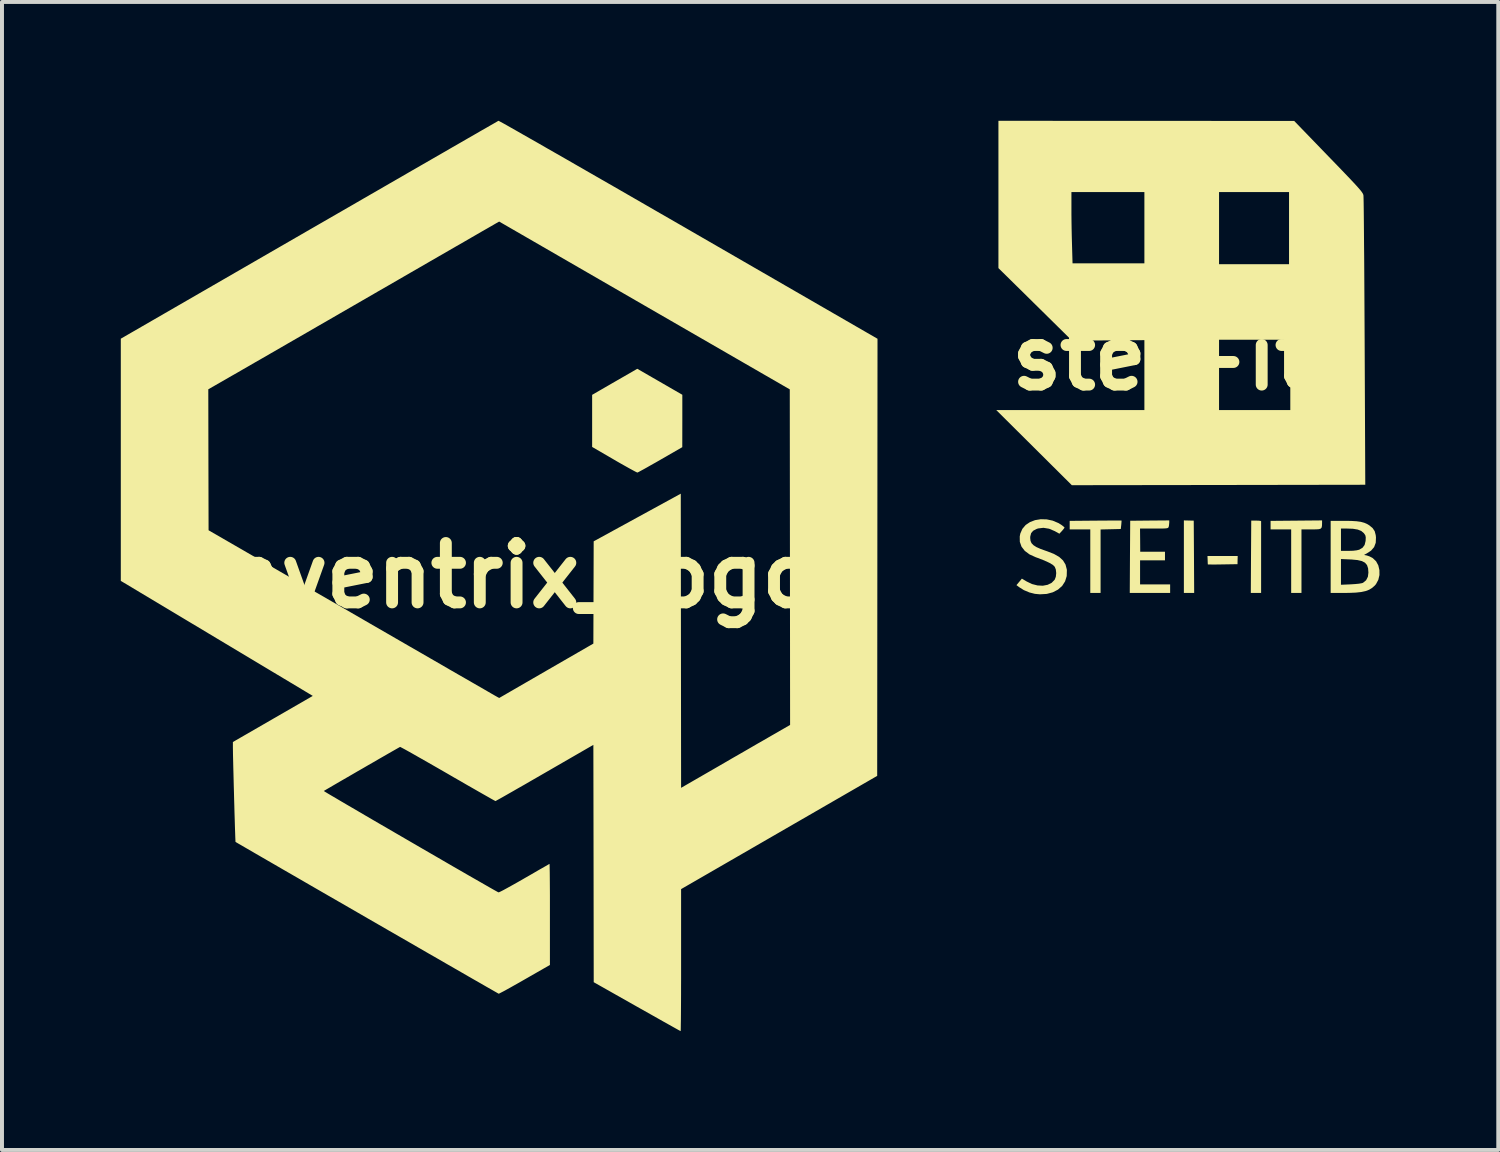
<source format=kicad_pcb>
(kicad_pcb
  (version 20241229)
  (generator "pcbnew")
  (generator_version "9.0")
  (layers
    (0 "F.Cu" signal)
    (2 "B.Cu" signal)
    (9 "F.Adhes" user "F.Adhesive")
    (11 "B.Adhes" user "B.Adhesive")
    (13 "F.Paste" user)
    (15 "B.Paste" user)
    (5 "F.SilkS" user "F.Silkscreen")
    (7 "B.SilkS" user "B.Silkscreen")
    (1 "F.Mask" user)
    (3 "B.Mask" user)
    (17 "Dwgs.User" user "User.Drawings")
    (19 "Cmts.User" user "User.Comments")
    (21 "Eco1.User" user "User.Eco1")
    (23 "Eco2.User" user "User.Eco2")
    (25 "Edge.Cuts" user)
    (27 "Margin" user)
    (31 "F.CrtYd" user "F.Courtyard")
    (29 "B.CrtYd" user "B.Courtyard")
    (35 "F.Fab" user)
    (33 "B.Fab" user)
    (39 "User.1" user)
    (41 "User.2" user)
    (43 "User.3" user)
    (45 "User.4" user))
  (footprint "inventrix_logo"
    (layer "F.Cu")
    (at 9.778 11.481)
    (property "Reference" "inventrix_logo" (at 0 0 0) (layer "F.SilkS") (effects (font (size 1.5 1.5) (thickness 0.3))))
    (attr board_only exclude_from_pos_files exclude_from_bom)
    (fp_poly (pts (xy 3.831 -4.892) (xy 4.399 -4.564) (xy 4.399 -3.903) (xy 4.398 -3.241) (xy 3.844 -2.922) (xy 3.724 -2.853) (xy 3.611 -2.79) (xy 3.51 -2.732) (xy 3.422 -2.683) (xy 3.35 -2.644) (xy 3.299 -2.616) (xy 3.27 -2.602) (xy 3.266 -2.6) (xy 3.247 -2.607) (xy 3.205 -2.628) (xy 3.142 -2.662) (xy 3.061 -2.706) (xy 2.965 -2.76) (xy 2.856 -2.821) (xy 2.739 -2.888) (xy 2.681 -2.922) (xy 2.122 -3.247) (xy 2.122 -3.904) (xy 2.122 -4.562) (xy 2.293 -4.661) (xy 2.352 -4.695) (xy 2.433 -4.742) (xy 2.53 -4.798) (xy 2.637 -4.86) (xy 2.75 -4.925) (xy 2.861 -4.989) (xy 2.863 -4.99) (xy 3.262 -5.22)) (stroke (width 0) (type solid)) (fill yes) (layer "F.SilkS"))
    (fp_poly (pts (xy -0.227 -11.474) (xy -0.186 -11.452) (xy -0.119 -11.416) (xy -0.028 -11.365) (xy 0.086 -11.3) (xy 0.224 -11.222) (xy 0.383 -11.131) (xy 0.564 -11.028) (xy 0.765 -10.914) (xy 0.985 -10.787) (xy 1.225 -10.65) (xy 1.482 -10.503) (xy 1.756 -10.345) (xy 2.047 -10.178) (xy 2.353 -10.002) (xy 2.674 -9.818) (xy 3.009 -9.625) (xy 3.356 -9.425) (xy 3.716 -9.217) (xy 4.088 -9.003) (xy 4.47 -8.783) (xy 4.554 -8.734) (xy 9.327 -5.978) (xy 9.323 -0.46) (xy 9.319 5.058) (xy 6.844 6.487) (xy 4.368 7.917) (xy 4.368 9.71) (xy 4.368 9.943) (xy 4.368 10.168) (xy 4.367 10.381) (xy 4.367 10.582) (xy 4.366 10.768) (xy 4.365 10.938) (xy 4.364 11.089) (xy 4.363 11.22) (xy 4.361 11.328) (xy 4.36 11.412) (xy 4.359 11.469) (xy 4.357 11.499) (xy 4.356 11.502) (xy 4.341 11.495) (xy 4.301 11.473) (xy 4.238 11.438) (xy 4.154 11.391) (xy 4.052 11.334) (xy 3.932 11.267) (xy 3.798 11.191) (xy 3.651 11.108) (xy 3.493 11.019) (xy 3.326 10.925) (xy 3.253 10.884) (xy 2.162 10.267) (xy 2.158 7.271) (xy 2.153 4.275) (xy 0.925 4.984) (xy 0.745 5.088) (xy 0.573 5.187) (xy 0.411 5.281) (xy 0.259 5.367) (xy 0.122 5.446) (xy -0.001 5.516) (xy -0.106 5.576) (xy -0.193 5.625) (xy -0.258 5.661) (xy -0.301 5.685) (xy -0.318 5.694) (xy -0.319 5.694) (xy -0.334 5.686) (xy -0.375 5.664) (xy -0.438 5.629) (xy -0.522 5.581) (xy -0.626 5.522) (xy -0.747 5.453) (xy -0.883 5.375) (xy -1.032 5.29) (xy -1.192 5.197) (xy -1.362 5.1) (xy -1.522 5.007) (xy -1.699 4.905) (xy -1.868 4.808) (xy -2.027 4.717) (xy -2.176 4.632) (xy -2.31 4.556) (xy -2.429 4.488) (xy -2.531 4.431) (xy -2.614 4.385) (xy -2.676 4.352) (xy -2.714 4.332) (xy -2.727 4.327) (xy -2.744 4.336) (xy -2.785 4.359) (xy -2.848 4.395) (xy -2.929 4.441) (xy -3.027 4.497) (xy -3.138 4.561) (xy -3.26 4.631) (xy -3.39 4.707) (xy -3.527 4.785) (xy -3.666 4.866) (xy -3.806 4.946) (xy -3.943 5.026) (xy -4.076 5.103) (xy -4.201 5.175) (xy -4.316 5.242) (xy -4.419 5.302) (xy -4.506 5.353) (xy -4.575 5.393) (xy -4.624 5.422) (xy -4.649 5.437) (xy -4.652 5.439) (xy -4.64 5.448) (xy -4.603 5.471) (xy -4.542 5.508) (xy -4.459 5.557) (xy -4.356 5.617) (xy -4.235 5.689) (xy -4.097 5.77) (xy -3.944 5.859) (xy -3.778 5.956) (xy -3.601 6.06) (xy -3.414 6.169) (xy -3.218 6.283) (xy -3.016 6.4) (xy -2.81 6.52) (xy -2.6 6.642) (xy -2.39 6.764) (xy -2.18 6.886) (xy -1.971 7.007) (xy -1.767 7.125) (xy -1.569 7.24) (xy -1.378 7.351) (xy -1.195 7.456) (xy -1.024 7.555) (xy -0.865 7.646) (xy -0.72 7.729) (xy -0.591 7.803) (xy -0.48 7.867) (xy -0.388 7.919) (xy -0.317 7.959) (xy -0.268 7.986) (xy -0.245 7.998) (xy -0.243 7.999) (xy -0.224 7.994) (xy -0.179 7.973) (xy -0.111 7.938) (xy -0.02 7.888) (xy 0.092 7.826) (xy 0.224 7.752) (xy 0.375 7.666) (xy 0.407 7.647) (xy 0.535 7.574) (xy 0.654 7.505) (xy 0.762 7.442) (xy 0.857 7.388) (xy 0.936 7.343) (xy 0.995 7.309) (xy 1.032 7.287) (xy 1.045 7.28) (xy 1.047 7.294) (xy 1.049 7.337) (xy 1.05 7.406) (xy 1.052 7.5) (xy 1.053 7.616) (xy 1.054 7.751) (xy 1.055 7.904) (xy 1.056 8.072) (xy 1.056 8.253) (xy 1.056 8.444) (xy 1.056 8.553) (xy 1.056 9.832) (xy 0.419 10.197) (xy 0.29 10.271) (xy 0.169 10.339) (xy 0.059 10.401) (xy -0.038 10.455) (xy -0.119 10.499) (xy -0.181 10.531) (xy -0.221 10.552) (xy -0.237 10.558) (xy -0.252 10.55) (xy -0.292 10.527) (xy -0.357 10.49) (xy -0.444 10.44) (xy -0.553 10.378) (xy -0.681 10.304) (xy -0.828 10.22) (xy -0.992 10.126) (xy -1.172 10.022) (xy -1.365 9.911) (xy -1.572 9.792) (xy -1.79 9.666) (xy -2.019 9.535) (xy -2.256 9.398) (xy -2.5 9.257) (xy -2.75 9.113) (xy -3.004 8.967) (xy -3.262 8.818) (xy -3.521 8.669) (xy -3.78 8.519) (xy -4.038 8.37) (xy -4.293 8.223) (xy -4.545 8.078) (xy -4.791 7.936) (xy -5.03 7.798) (xy -5.261 7.664) (xy -5.483 7.536) (xy -5.693 7.415) (xy -5.891 7.3) (xy -6.075 7.194) (xy -6.244 7.096) (xy -6.396 7.008) (xy -6.53 6.93) (xy -6.644 6.864) (xy -6.738 6.809) (xy -6.81 6.768) (xy -6.857 6.74) (xy -6.88 6.726) (xy -6.882 6.725) (xy -6.883 6.709) (xy -6.885 6.665) (xy -6.888 6.595) (xy -6.891 6.503) (xy -6.895 6.392) (xy -6.899 6.264) (xy -6.903 6.122) (xy -6.908 5.969) (xy -6.912 5.809) (xy -6.917 5.643) (xy -6.921 5.476) (xy -6.926 5.309) (xy -6.93 5.146) (xy -6.934 4.989) (xy -6.938 4.842) (xy -6.941 4.707) (xy -6.944 4.588) (xy -6.946 4.486) (xy -6.947 4.406) (xy -6.948 4.35) (xy -6.948 4.344) (xy -6.948 4.203) (xy -5.94 3.621) (xy -4.931 3.039) (xy -7.354 1.587) (xy -9.778 0.135) (xy -9.778 -2.923) (xy -9.778 -4.702) (xy -7.569 -4.702) (xy -7.566 -2.923) (xy -7.562 -1.143) (xy -3.948 0.945) (xy -3.638 1.124) (xy -3.334 1.3) (xy -3.037 1.471) (xy -2.75 1.637) (xy -2.473 1.797) (xy -2.207 1.95) (xy -1.953 2.097) (xy -1.713 2.235) (xy -1.488 2.366) (xy -1.278 2.487) (xy -1.084 2.598) (xy -0.909 2.699) (xy -0.753 2.789) (xy -0.617 2.867) (xy -0.503 2.933) (xy -0.41 2.987) (xy -0.342 3.026) (xy -0.298 3.051) (xy -0.279 3.061) (xy -0.279 3.062) (xy -0.224 3.091) (xy 0.964 2.404) (xy 2.153 1.718) (xy 2.157 0.427) (xy 2.161 -0.864) (xy 3.261 -1.466) (xy 4.36 -2.067) (xy 4.364 1.647) (xy 4.368 5.36) (xy 5.297 4.824) (xy 5.468 4.725) (xy 5.643 4.623) (xy 5.819 4.522) (xy 5.991 4.423) (xy 6.155 4.328) (xy 6.308 4.239) (xy 6.447 4.16) (xy 6.566 4.091) (xy 6.663 4.035) (xy 6.673 4.029) (xy 7.12 3.772) (xy 7.116 -0.464) (xy 7.112 -4.7) (xy 3.443 -6.818) (xy -0.225 -8.937) (xy -0.303 -8.893) (xy -0.324 -8.881) (xy -0.37 -8.854) (xy -0.441 -8.813) (xy -0.535 -8.759) (xy -0.651 -8.693) (xy -0.787 -8.614) (xy -0.943 -8.524) (xy -1.117 -8.423) (xy -1.309 -8.313) (xy -1.515 -8.194) (xy -1.737 -8.066) (xy -1.971 -7.931) (xy -2.218 -7.788) (xy -2.475 -7.64) (xy -2.741 -7.486) (xy -3.016 -7.327) (xy -3.298 -7.165) (xy -3.389 -7.112) (xy -3.68 -6.944) (xy -3.969 -6.777) (xy -4.255 -6.612) (xy -4.535 -6.45) (xy -4.808 -6.293) (xy -5.072 -6.14) (xy -5.327 -5.993) (xy -5.57 -5.853) (xy -5.8 -5.72) (xy -6.015 -5.596) (xy -6.214 -5.481) (xy -6.396 -5.377) (xy -6.558 -5.283) (xy -6.699 -5.202) (xy -6.818 -5.133) (xy -6.914 -5.078) (xy -6.983 -5.039) (xy -7.569 -4.702) (xy -9.778 -4.702) (xy -9.778 -5.98) (xy -5.021 -8.727) (xy -4.665 -8.932) (xy -4.315 -9.134) (xy -3.973 -9.331) (xy -3.64 -9.524) (xy -3.317 -9.71) (xy -3.004 -9.891) (xy -2.703 -10.064) (xy -2.415 -10.231) (xy -2.14 -10.389) (xy -1.88 -10.539) (xy -1.635 -10.68) (xy -1.407 -10.812) (xy -1.196 -10.933) (xy -1.004 -11.044) (xy -0.83 -11.144) (xy -0.678 -11.232) (xy -0.546 -11.307) (xy -0.437 -11.37) (xy -0.351 -11.419) (xy -0.289 -11.455) (xy -0.253 -11.476) (xy -0.242 -11.481)) (stroke (width 0) (type solid)) (fill yes) (layer "F.SilkS")))
  (footprint "stei-itb"
    (layer "F.Cu")
    (at 26.948 5.982)
    (property "Reference" "stei-itb" (at 0 0 0) (layer "F.SilkS") (effects (font (size 1.5 1.5) (thickness 0.3))))
    (attr board_only exclude_from_pos_files exclude_from_bom)
    (fp_poly (pts (xy 0.016 4.11) (xy 0.141 4.113) (xy 0.147 5.026) (xy 0.152 5.938) (xy 0.022 5.938) (xy -0.108 5.938) (xy -0.108 5.023) (xy -0.108 4.107)) (stroke (width 0) (type solid)) (fill yes) (layer "F.SilkS"))
    (fp_poly (pts (xy 0.869 5.006) (xy 1.251 5.006) (xy 1.248 5.109) (xy 1.246 5.212) (xy 0.872 5.218) (xy 0.75 5.22) (xy 0.645 5.221) (xy 0.563 5.22) (xy 0.512 5.22) (xy 0.497 5.218) (xy 0.495 5.195) (xy 0.493 5.143) (xy 0.492 5.109) (xy 0.488 5.006)) (stroke (width 0) (type solid)) (fill yes) (layer "F.SilkS"))
    (fp_poly (pts (xy 1.718 4.112) (xy 1.784 4.114) (xy 1.83 4.12) (xy 1.842 4.126) (xy 1.842 4.15) (xy 1.842 4.212) (xy 1.842 4.309) (xy 1.842 4.436) (xy 1.842 4.587) (xy 1.842 4.759) (xy 1.842 4.946) (xy 1.842 5.039) (xy 1.842 5.938) (xy 1.712 5.938) (xy 1.582 5.938) (xy 1.587 5.025) (xy 1.593 4.112)) (stroke (width 0) (type solid)) (fill yes) (layer "F.SilkS"))
    (fp_poly (pts (xy 3.381 4.172) (xy 3.379 4.239) (xy 3.371 4.285) (xy 3.349 4.313) (xy 3.306 4.328) (xy 3.235 4.333) (xy 3.128 4.334) (xy 3.107 4.334) (xy 2.861 4.334) (xy 2.861 5.136) (xy 2.861 5.938) (xy 2.731 5.938) (xy 2.601 5.938) (xy 2.601 5.136) (xy 2.601 4.334) (xy 2.341 4.334) (xy 2.081 4.334) (xy 2.081 4.227) (xy 2.081 4.119) (xy 2.731 4.113) (xy 3.381 4.107)) (stroke (width 0) (type solid)) (fill yes) (layer "F.SilkS"))
    (fp_poly (pts (xy -1.722 4.11) (xy -1.685 4.111) (xy -1.682 4.112) (xy -1.682 4.134) (xy -1.686 4.185) (xy -1.689 4.22) (xy -1.701 4.324) (xy -1.956 4.33) (xy -2.211 4.336) (xy -2.211 5.137) (xy -2.211 5.938) (xy -2.341 5.938) (xy -2.471 5.938) (xy -2.471 5.136) (xy -2.471 4.334) (xy -2.731 4.334) (xy -2.991 4.334) (xy -2.991 4.227) (xy -2.991 4.119) (xy -2.339 4.113) (xy -2.175 4.112) (xy -2.027 4.111) (xy -1.898 4.11) (xy -1.795 4.11)) (stroke (width 0) (type solid)) (fill yes) (layer "F.SilkS"))
    (fp_poly (pts (xy -0.477 4.161) (xy -0.483 4.226) (xy -0.49 4.264) (xy -0.497 4.282) (xy -0.508 4.295) (xy -0.532 4.304) (xy -0.574 4.309) (xy -0.64 4.312) (xy -0.738 4.313) (xy -0.859 4.313) (xy -1.215 4.313) (xy -1.212 4.605) (xy -1.21 4.898) (xy -0.897 4.898) (xy -0.585 4.898) (xy -0.585 5.006) (xy -0.585 5.115) (xy -0.899 5.115) (xy -1.214 5.115) (xy -1.214 5.418) (xy -1.214 5.722) (xy -0.834 5.722) (xy -0.455 5.722) (xy -0.455 5.83) (xy -0.455 5.938) (xy -0.965 5.938) (xy -1.474 5.938) (xy -1.469 5.027) (xy -1.463 4.116) (xy -0.97 4.111) (xy -0.477 4.107)) (stroke (width 0) (type solid)) (fill yes) (layer "F.SilkS"))
    (fp_poly (pts (xy -3.571 4.081) (xy -3.42 4.113) (xy -3.273 4.175) (xy -3.202 4.219) (xy -3.154 4.255) (xy -3.125 4.282) (xy -3.121 4.289) (xy -3.135 4.311) (xy -3.169 4.353) (xy -3.186 4.373) (xy -3.251 4.443) (xy -3.369 4.377) (xy -3.511 4.317) (xy -3.653 4.294) (xy -3.788 4.31) (xy -3.825 4.322) (xy -3.913 4.368) (xy -3.964 4.428) (xy -3.986 4.511) (xy -3.988 4.552) (xy -3.98 4.622) (xy -3.955 4.681) (xy -3.907 4.732) (xy -3.832 4.78) (xy -3.724 4.828) (xy -3.579 4.88) (xy -3.563 4.885) (xy -3.389 4.953) (xy -3.256 5.029) (xy -3.159 5.118) (xy -3.096 5.222) (xy -3.064 5.344) (xy -3.062 5.361) (xy -3.066 5.512) (xy -3.107 5.646) (xy -3.181 5.761) (xy -3.286 5.854) (xy -3.417 5.922) (xy -3.57 5.963) (xy -3.742 5.973) (xy -3.87 5.961) (xy -4.008 5.926) (xy -4.148 5.867) (xy -4.263 5.795) (xy -4.335 5.741) (xy -4.266 5.659) (xy -4.198 5.577) (xy -4.079 5.648) (xy -3.942 5.714) (xy -3.803 5.749) (xy -3.669 5.756) (xy -3.548 5.733) (xy -3.445 5.682) (xy -3.369 5.603) (xy -3.341 5.53) (xy -3.331 5.438) (xy -3.341 5.346) (xy -3.368 5.278) (xy -3.416 5.23) (xy -3.504 5.178) (xy -3.632 5.119) (xy -3.802 5.053) (xy -3.845 5.038) (xy -4.004 4.966) (xy -4.125 4.876) (xy -4.207 4.77) (xy -4.25 4.648) (xy -4.252 4.512) (xy -4.238 4.44) (xy -4.186 4.321) (xy -4.103 4.223) (xy -3.993 4.149) (xy -3.864 4.1) (xy -3.721 4.077)) (stroke (width 0) (type solid)) (fill yes) (layer "F.SilkS"))
    (fp_poly (pts (xy 4.113 4.12) (xy 4.25 4.128) (xy 4.358 4.143) (xy 4.447 4.167) (xy 4.522 4.2) (xy 4.573 4.231) (xy 4.658 4.302) (xy 4.71 4.38) (xy 4.736 4.48) (xy 4.742 4.539) (xy 4.736 4.672) (xy 4.695 4.781) (xy 4.619 4.869) (xy 4.545 4.919) (xy 4.441 4.979) (xy 4.512 4.993) (xy 4.577 5.015) (xy 4.648 5.051) (xy 4.662 5.06) (xy 4.745 5.139) (xy 4.801 5.243) (xy 4.829 5.362) (xy 4.83 5.487) (xy 4.801 5.608) (xy 4.743 5.715) (xy 4.713 5.751) (xy 4.645 5.811) (xy 4.57 5.857) (xy 4.48 5.891) (xy 4.37 5.915) (xy 4.233 5.93) (xy 4.063 5.937) (xy 3.931 5.938) (xy 3.598 5.938) (xy 3.598 5.082) (xy 3.858 5.082) (xy 3.858 5.407) (xy 3.858 5.732) (xy 4.112 5.721) (xy 4.217 5.714) (xy 4.31 5.705) (xy 4.38 5.693) (xy 4.414 5.683) (xy 4.493 5.618) (xy 4.538 5.529) (xy 4.551 5.425) (xy 4.543 5.317) (xy 4.516 5.235) (xy 4.465 5.175) (xy 4.387 5.134) (xy 4.275 5.108) (xy 4.126 5.094) (xy 4.101 5.093) (xy 3.858 5.082) (xy 3.598 5.082) (xy 3.598 5.028) (xy 3.598 4.313) (xy 3.858 4.313) (xy 3.858 4.595) (xy 3.858 4.876) (xy 4.053 4.876) (xy 4.164 4.873) (xy 4.256 4.862) (xy 4.318 4.847) (xy 4.319 4.847) (xy 4.403 4.797) (xy 4.455 4.727) (xy 4.479 4.63) (xy 4.481 4.609) (xy 4.484 4.536) (xy 4.474 4.486) (xy 4.445 4.441) (xy 4.435 4.428) (xy 4.371 4.374) (xy 4.281 4.338) (xy 4.16 4.318) (xy 4.021 4.313) (xy 3.858 4.313) (xy 3.598 4.313) (xy 3.598 4.118) (xy 3.94 4.118)) (stroke (width 0) (type solid)) (fill yes) (layer "F.SilkS"))
    (fp_poly (pts (xy -1.057 -5.98) (xy 2.677 -5.979) (xy 3.543 -5.083) (xy 3.729 -4.891) (xy 3.887 -4.727) (xy 4.019 -4.589) (xy 4.128 -4.474) (xy 4.216 -4.38) (xy 4.284 -4.305) (xy 4.336 -4.245) (xy 4.374 -4.198) (xy 4.399 -4.162) (xy 4.415 -4.134) (xy 4.423 -4.112) (xy 4.425 -4.104) (xy 4.427 -4.073) (xy 4.429 -4.002) (xy 4.431 -3.892) (xy 4.433 -3.745) (xy 4.435 -3.564) (xy 4.437 -3.352) (xy 4.439 -3.11) (xy 4.441 -2.841) (xy 4.444 -2.547) (xy 4.446 -2.231) (xy 4.448 -1.894) (xy 4.45 -1.54) (xy 4.452 -1.17) (xy 4.454 -0.787) (xy 4.456 -0.406) (xy 4.472 3.207) (xy 0.768 3.213) (xy -2.937 3.218) (xy -3.89 2.27) (xy -4.844 1.322) (xy -2.975 1.322) (xy -1.105 1.322) (xy -1.105 0.439) (xy -1.105 -0.444) (xy -2.019 -0.438) (xy -2.932 -0.431) (xy -2.956 -0.455) (xy 0.78 -0.455) (xy 0.78 0.433) (xy 0.78 1.322) (xy 1.68 1.322) (xy 2.579 1.322) (xy 2.579 0.433) (xy 2.579 -0.455) (xy 1.68 -0.455) (xy 0.78 -0.455) (xy -2.956 -0.455) (xy -3.4 -0.893) (xy -3.55 -1.041) (xy -3.719 -1.208) (xy -3.897 -1.383) (xy -4.072 -1.556) (xy -4.234 -1.716) (xy -4.329 -1.809) (xy -4.79 -2.263) (xy -4.79 -2.362) (xy 0.78 -2.362) (xy 1.663 -2.362) (xy 2.547 -2.362) (xy 2.547 -3.273) (xy 2.547 -4.183) (xy 1.663 -4.183) (xy 0.78 -4.183) (xy 0.78 -3.273) (xy 0.78 -2.362) (xy -4.79 -2.362) (xy -4.79 -4.122) (xy -4.79 -4.183) (xy -2.947 -4.183) (xy -2.947 -3.774) (xy -2.947 -3.621) (xy -2.945 -3.438) (xy -2.942 -3.243) (xy -2.938 -3.05) (xy -2.933 -2.875) (xy -2.919 -2.384) (xy -2.012 -2.384) (xy -1.105 -2.384) (xy -1.105 -3.283) (xy -1.105 -4.183) (xy -2.026 -4.183) (xy -2.947 -4.183) (xy -4.79 -4.183) (xy -4.79 -5.982)) (stroke (width 0) (type solid)) (fill yes) (layer "F.SilkS")))
  (gr_rect
    (start -3 -3)
    (end 34.778 25.984)
    (stroke (width 0.1) (type default))
    (fill no)
    (layer "Edge.Cuts")))
</source>
